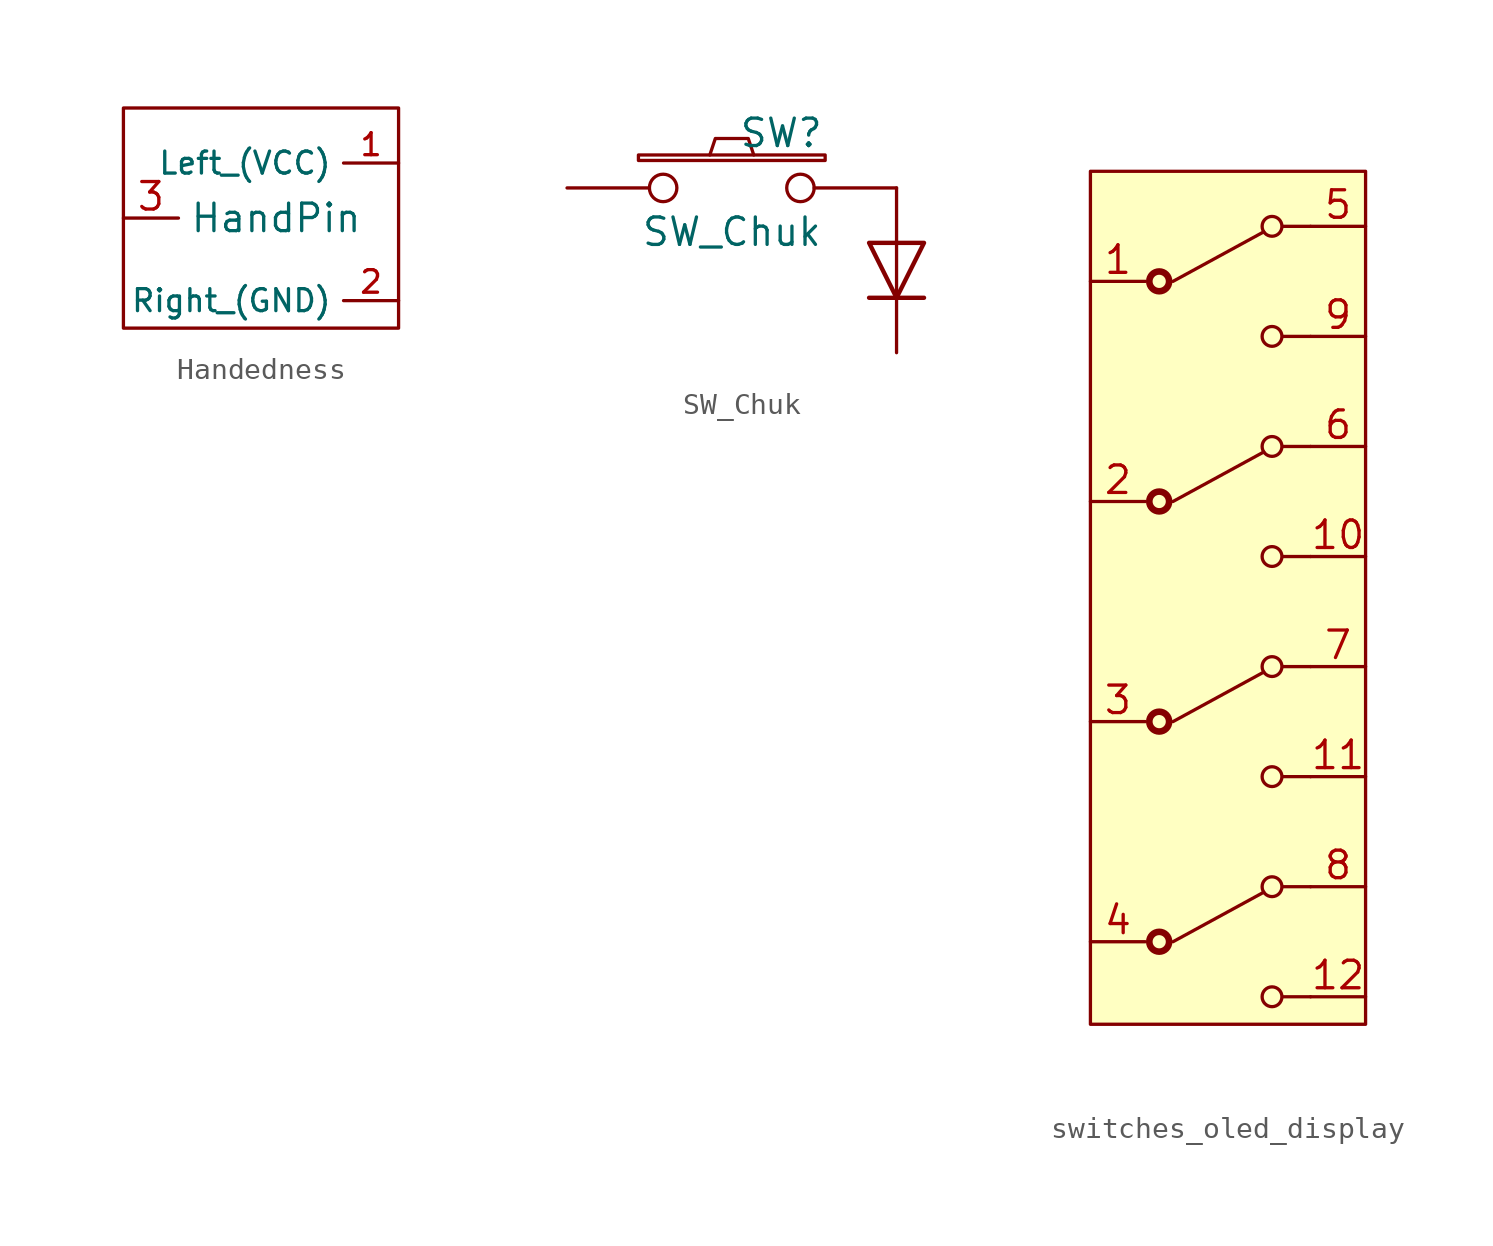
<source format=kicad_sym>
(kicad_symbol_lib
  (version 20231120)
  (generator "kicad_symbol_editor")
  (generator_version "8.0")
  (symbol "Handedness"
    (property "Reference" "Handedness"
      (at -0.254 4.064 0)
      (effects (font (size 0.762 0.762)) (hide yes)))
    (property "Value" ""
      (at 0 0 0)
      (effects (font (size 1.27 1.27))))
    (symbol "Handedness_0_1"
      (polyline (pts (xy -6.35 5.08) (xy -6.35 -5.08) (xy 6.35 -5.08) (xy 6.35 5.08) (xy -6.35 5.08)) (stroke (width 0) (type default)) (fill (type none))))
    (symbol "Handedness_1_1"
      (pin bidirectional line (at 6.35 2.54 180) (length 2.54) (name "Left_(VCC)" (effects (font (size 1.016 1.016)))) (number "1" (effects (font (size 1.016 1.016)))))
      (pin bidirectional line (at 6.35 -3.81 180) (length 2.54) (name "Right_(GND)" (effects (font (size 1.016 1.016)))) (number "2" (effects (font (size 1.041 1.041)))))
      (pin bidirectional line (at -6.35 0 0) (length 2.54) (name "HandPin" (effects (font (size 1.27 1.27)))) (number "3" (effects (font (size 1.27 1.27)))))))
  (symbol "SW_Chuk"
    (pin_numbers hide)
    (pin_names
      (offset 1.016) hide)
    (property "Reference" "SW"
      (at 2.286 2.54 0)
      (effects (font (size 1.27 1.27))))
    (property "Value" "SW_Chuk"
      (at 0 -2.032 0)
      (effects (font (size 1.27 1.27))))
    (property "Footprint" ""
      (at 0 0 0)
      (effects (font (size 1.27 1.27))))
    (property "Datasheet" ""
      (at 0 0 0)
      (effects (font (size 1.27 1.27))))
    (symbol "SW_Chuk_0_1"
      (rectangle (start -4.318 1.27) (end 4.318 1.524) (stroke (width 0) (type solid)) (fill (type none)))
      (polyline (pts (xy 6.35 -5.08) (xy 8.89 -5.08)) (stroke (width 0.203) (type solid)) (fill (type none)))
      (polyline (pts (xy 7.62 -2.54) (xy 7.62 -5.08)) (stroke (width 0) (type solid)) (fill (type none)))
      (polyline (pts (xy -1.016 1.524) (xy -0.762 2.286) (xy 0.762 2.286) (xy 1.016 1.524)) (stroke (width 0) (type solid)) (fill (type none)))
      (polyline (pts (xy 6.35 -2.54) (xy 8.89 -2.54) (xy 7.62 -5.08) (xy 6.35 -2.54)) (stroke (width 0.203) (type solid)) (fill (type none)))
      (pin passive inverted (at -7.62 0 0) (length 5.08) (name "1" (effects (font (size 1.27 1.27)))) (number "1" (effects (font (size 1.27 1.27))))))
    (symbol "SW_Chuk_1_1"
      (pin passive line (at 7.62 0 270) (length 2.54) (name "2" (effects (font (size 1.27 1.27)))) (number "2" (effects (font (size 1.27 1.27)))))
      (pin passive inverted (at 7.62 0 180) (length 5.08) (name "2" (effects (font (size 1.27 1.27)))) (number "2" (effects (font (size 1.27 1.27)))))
      (pin passive line (at 7.62 -7.62 90) (length 2.54) (name "3" (effects (font (size 1.27 1.27)))) (number "3" (effects (font (size 1.27 1.27)))))))
  (symbol "switches_oled_display"
    (pin_names
      (offset 0) hide)
    (property "Reference" "SB"
      (at -0.254 14.478 0)
      (effects (font (size 1.27 1.27)) (hide yes)))
    (symbol "switches_oled_display_0_1"
      (polyline (pts (xy -2.54 -25.4) (xy 1.651 -23.114)) (stroke (width 0) (type default)) (fill (type none)))
      (polyline (pts (xy -2.54 -15.24) (xy 1.651 -12.954)) (stroke (width 0) (type default)) (fill (type none)))
      (polyline (pts (xy -2.54 -5.08) (xy 1.651 -2.794)) (stroke (width 0) (type default)) (fill (type none)))
      (polyline (pts (xy -2.54 5.08) (xy 1.651 7.366)) (stroke (width 0) (type default)) (fill (type none)))
      (circle (center 2.032 -27.94) (radius 0.457) (stroke (width 0) (type default)) (fill (type none)))
      (circle (center 2.032 -22.86) (radius 0.457) (stroke (width 0) (type default)) (fill (type none)))
      (circle (center 2.032 -17.78) (radius 0.457) (stroke (width 0) (type default)) (fill (type none)))
      (circle (center 2.032 -12.7) (radius 0.457) (stroke (width 0) (type default)) (fill (type none)))
      (circle (center 2.032 -7.62) (radius 0.457) (stroke (width 0) (type default)) (fill (type none)))
      (circle (center 2.032 -2.54) (radius 0.457) (stroke (width 0) (type default)) (fill (type none)))
      (circle (center 2.032 2.54) (radius 0.457) (stroke (width 0) (type default)) (fill (type none)))
      (circle (center 2.032 7.62) (radius 0.457) (stroke (width 0) (type default)) (fill (type none))))
    (symbol "switches_oled_display_1_1"
      (rectangle (start -6.35 10.16) (end 6.35 -29.21) (stroke (width 0) (type default)) (fill (type background)))
      (circle (center -3.175 -25.4) (radius 0.457) (stroke (width 0.305) (type default)) (fill (type none)))
      (circle (center -3.175 -15.24) (radius 0.457) (stroke (width 0.305) (type default)) (fill (type none)))
      (circle (center -3.175 -5.08) (radius 0.457) (stroke (width 0.305) (type default)) (fill (type none)))
      (circle (center -3.175 5.08) (radius 0.457) (stroke (width 0.305) (type default)) (fill (type none)))
      (polyline (pts (xy 3.81 -27.94) (xy 2.54 -27.94)) (stroke (width 0) (type default)) (fill (type none)))
      (polyline (pts (xy 3.81 -22.86) (xy 2.54 -22.86)) (stroke (width 0) (type default)) (fill (type none)))
      (polyline (pts (xy 3.81 -17.78) (xy 2.54 -17.78)) (stroke (width 0) (type default)) (fill (type none)))
      (polyline (pts (xy 3.81 -12.7) (xy 2.54 -12.7)) (stroke (width 0) (type default)) (fill (type none)))
      (polyline (pts (xy 3.81 -7.62) (xy 2.54 -7.62)) (stroke (width 0) (type default)) (fill (type none)))
      (polyline (pts (xy 3.81 -2.54) (xy 2.54 -2.54)) (stroke (width 0) (type default)) (fill (type none)))
      (polyline (pts (xy 3.81 2.54) (xy 2.54 2.54)) (stroke (width 0) (type default)) (fill (type none)))
      (polyline (pts (xy 3.81 7.62) (xy 2.54 7.62)) (stroke (width 0) (type default)) (fill (type none)))
      (pin passive line (at -6.35 5.08 0) (length 2.54) (name "B" (effects (font (size 1.27 1.27)))) (number "1" (effects (font (size 1.27 1.27)))))
      (pin passive line (at 6.35 -7.62 180) (length 2.54) (name "A" (effects (font (size 1.27 1.27)))) (number "10" (effects (font (size 1.27 1.27)))))
      (pin passive line (at 6.35 -17.78 180) (length 2.54) (name "A" (effects (font (size 1.27 1.27)))) (number "11" (effects (font (size 1.27 1.27)))))
      (pin passive line (at 6.35 -27.94 180) (length 2.54) (name "A" (effects (font (size 1.27 1.27)))) (number "12" (effects (font (size 1.27 1.27)))))
      (pin passive line (at -6.35 -5.08 0) (length 2.54) (name "B" (effects (font (size 1.27 1.27)))) (number "2" (effects (font (size 1.27 1.27)))))
      (pin passive line (at -6.35 -15.24 0) (length 2.54) (name "B" (effects (font (size 1.27 1.27)))) (number "3" (effects (font (size 1.27 1.27)))))
      (pin passive line (at -6.35 -25.4 0) (length 2.54) (name "B" (effects (font (size 1.27 1.27)))) (number "4" (effects (font (size 1.27 1.27)))))
      (pin passive line (at 6.35 7.62 180) (length 2.54) (name "C" (effects (font (size 1.27 1.27)))) (number "5" (effects (font (size 1.27 1.27)))))
      (pin passive line (at 6.35 -2.54 180) (length 2.54) (name "C" (effects (font (size 1.27 1.27)))) (number "6" (effects (font (size 1.27 1.27)))))
      (pin passive line (at 6.35 -12.7 180) (length 2.54) (name "C" (effects (font (size 1.27 1.27)))) (number "7" (effects (font (size 1.27 1.27)))))
      (pin passive line (at 6.35 -22.86 180) (length 2.54) (name "C" (effects (font (size 1.27 1.27)))) (number "8" (effects (font (size 1.27 1.27)))))
      (pin passive line (at 6.35 2.54 180) (length 2.54) (name "A" (effects (font (size 1.27 1.27)))) (number "9" (effects (font (size 1.27 1.27))))))))
</source>
